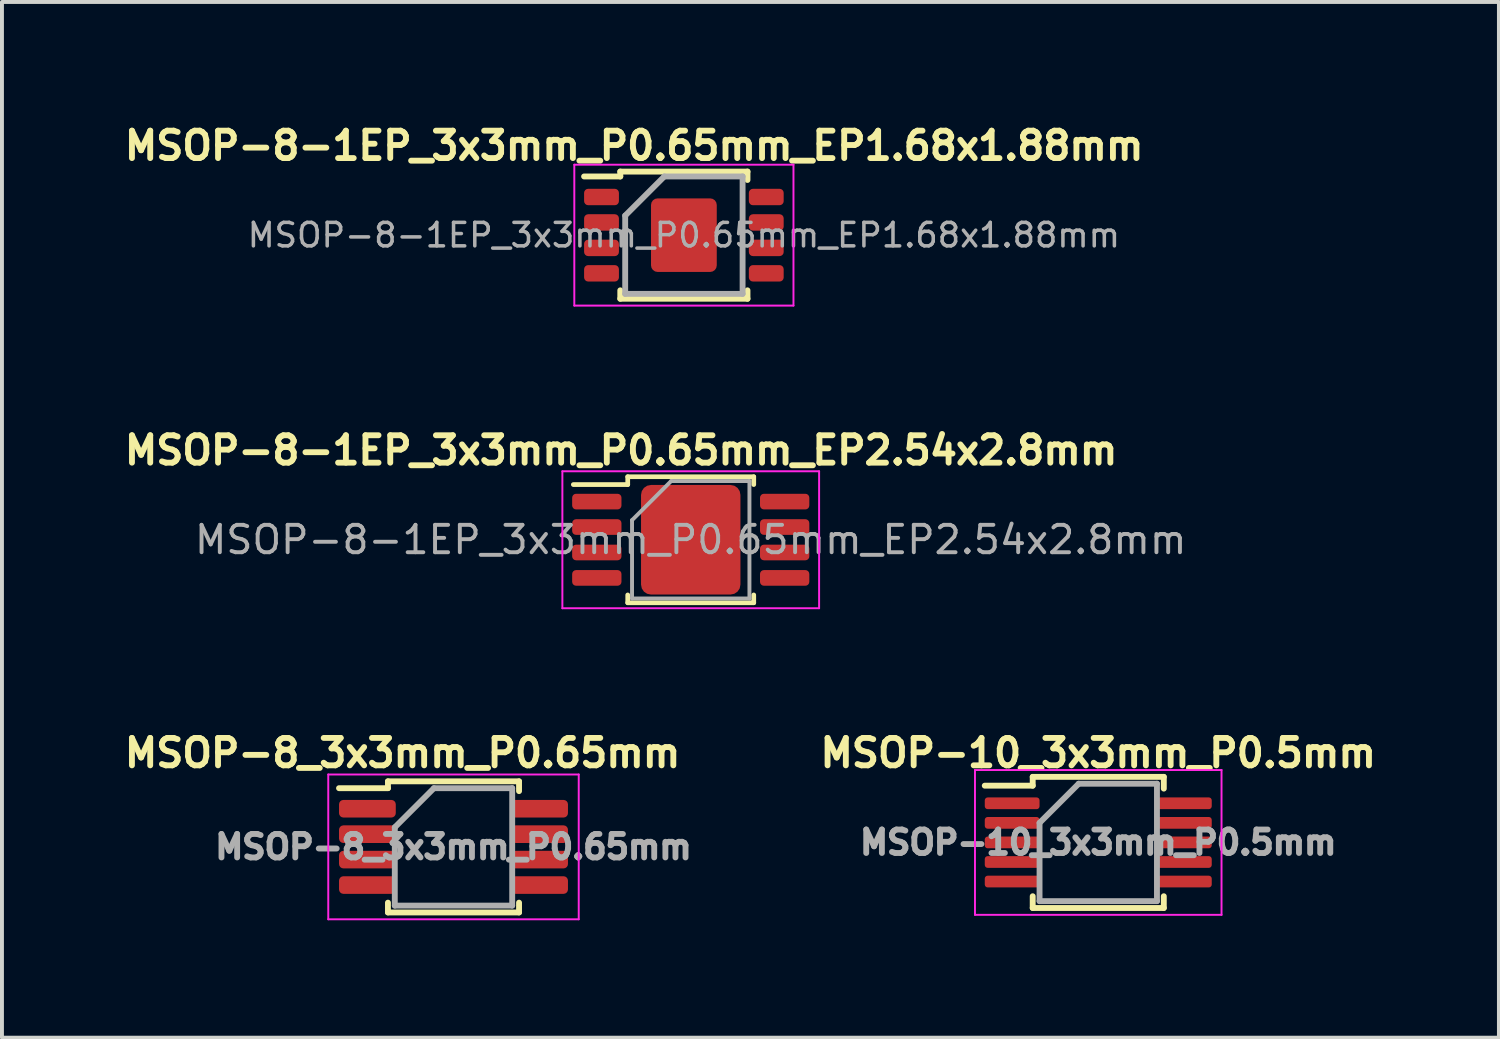
<source format=kicad_pcb>
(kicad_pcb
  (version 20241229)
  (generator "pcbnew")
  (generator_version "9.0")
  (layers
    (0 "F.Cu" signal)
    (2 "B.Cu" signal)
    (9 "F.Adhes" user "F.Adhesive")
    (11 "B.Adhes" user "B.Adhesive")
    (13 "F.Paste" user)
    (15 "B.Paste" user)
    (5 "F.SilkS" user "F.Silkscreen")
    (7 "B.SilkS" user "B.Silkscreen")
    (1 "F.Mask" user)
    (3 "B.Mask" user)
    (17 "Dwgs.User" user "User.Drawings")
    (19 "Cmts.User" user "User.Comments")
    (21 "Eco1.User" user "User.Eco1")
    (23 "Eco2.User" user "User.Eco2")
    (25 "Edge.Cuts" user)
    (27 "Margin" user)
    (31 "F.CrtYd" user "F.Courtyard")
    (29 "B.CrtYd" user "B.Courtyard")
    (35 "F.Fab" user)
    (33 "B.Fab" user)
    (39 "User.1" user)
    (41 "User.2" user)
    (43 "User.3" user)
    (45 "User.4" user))
  (footprint "MSOP-8_3x3mm_P0.65mm"
    (layer "F.Cu")
    (at 8.538 18.59)
    (property "Reference" "MSOP-8_3x3mm_P0.65mm" (at -1.3 -2.4 0) (layer "F.SilkS") (effects (font (size 0.7 0.7) (thickness 0.15))))
    (attr smd)
    (fp_line (start -1.675 -1.675) (end -1.675 -1.5) (stroke (width 0.15) (type solid)) (layer "F.SilkS"))
    (fp_line (start -1.675 -1.675) (end 1.675 -1.675) (stroke (width 0.15) (type solid)) (layer "F.SilkS"))
    (fp_line (start -1.675 -1.5) (end -2.925 -1.5) (stroke (width 0.15) (type solid)) (layer "F.SilkS"))
    (fp_line (start -1.675 1.675) (end -1.675 1.425) (stroke (width 0.15) (type solid)) (layer "F.SilkS"))
    (fp_line (start -1.675 1.675) (end 1.675 1.675) (stroke (width 0.15) (type solid)) (layer "F.SilkS"))
    (fp_line (start 1.675 -1.675) (end 1.675 -1.425) (stroke (width 0.15) (type solid)) (layer "F.SilkS"))
    (fp_line (start 1.675 1.675) (end 1.675 1.425) (stroke (width 0.15) (type solid)) (layer "F.SilkS"))
    (fp_line (start -3.2 -1.85) (end -3.2 1.85) (stroke (width 0.05) (type solid)) (layer "F.CrtYd"))
    (fp_line (start -3.2 -1.85) (end 3.2 -1.85) (stroke (width 0.05) (type solid)) (layer "F.CrtYd"))
    (fp_line (start -3.2 1.85) (end 3.2 1.85) (stroke (width 0.05) (type solid)) (layer "F.CrtYd"))
    (fp_line (start 3.2 -1.85) (end 3.2 1.85) (stroke (width 0.05) (type solid)) (layer "F.CrtYd"))
    (fp_line (start -1.5 -0.5) (end -0.5 -1.5) (stroke (width 0.15) (type solid)) (layer "F.Fab"))
    (fp_line (start -1.5 1.5) (end -1.5 -0.5) (stroke (width 0.15) (type solid)) (layer "F.Fab"))
    (fp_line (start -0.5 -1.5) (end 1.5 -1.5) (stroke (width 0.15) (type solid)) (layer "F.Fab"))
    (fp_line (start 1.5 -1.5) (end 1.5 1.5) (stroke (width 0.15) (type solid)) (layer "F.Fab"))
    (fp_line (start 1.5 1.5) (end -1.5 1.5) (stroke (width 0.15) (type solid)) (layer "F.Fab"))
    (fp_text user "${REFERENCE}" (at 0 0 0) (layer "F.Fab") (effects (font (size 0.6 0.6) (thickness 0.15))))
    (pad "1" smd roundrect (at -2.2 -0.975) (size 1.45 0.45) (layers "F.Cu" "F.Mask" "F.Paste") (roundrect_rratio 0.25))
    (pad "2" smd roundrect (at -2.2 -0.325) (size 1.45 0.45) (layers "F.Cu" "F.Mask" "F.Paste") (roundrect_rratio 0.25))
    (pad "3" smd roundrect (at -2.2 0.325) (size 1.45 0.45) (layers "F.Cu" "F.Mask" "F.Paste") (roundrect_rratio 0.25))
    (pad "4" smd roundrect (at -2.2 0.975) (size 1.45 0.45) (layers "F.Cu" "F.Mask" "F.Paste") (roundrect_rratio 0.25))
    (pad "5" smd roundrect (at 2.2 0.975) (size 1.45 0.45) (layers "F.Cu" "F.Mask" "F.Paste") (roundrect_rratio 0.25))
    (pad "6" smd roundrect (at 2.2 0.325) (size 1.45 0.45) (layers "F.Cu" "F.Mask" "F.Paste") (roundrect_rratio 0.25))
    (pad "7" smd roundrect (at 2.2 -0.325) (size 1.45 0.45) (layers "F.Cu" "F.Mask" "F.Paste") (roundrect_rratio 0.25))
    (pad "8" smd roundrect (at 2.2 -0.975) (size 1.45 0.45) (layers "F.Cu" "F.Mask" "F.Paste") (roundrect_rratio 0.25)))
  (footprint "MSOP-10_3x3mm_P0.5mm"
    (layer "F.Cu")
    (at 25.013 18.476)
    (property "Reference" "MSOP-10_3x3mm_P0.5mm" (at 0 -2.286 0) (layer "F.SilkS") (effects (font (size 0.7 0.7) (thickness 0.15))))
    (attr smd)
    (fp_line (start -1.675 -1.675) (end -1.675 -1.45) (stroke (width 0.15) (type solid)) (layer "F.SilkS"))
    (fp_line (start -1.675 -1.675) (end 1.675 -1.675) (stroke (width 0.15) (type solid)) (layer "F.SilkS"))
    (fp_line (start -1.675 -1.45) (end -2.9 -1.45) (stroke (width 0.15) (type solid)) (layer "F.SilkS"))
    (fp_line (start -1.675 1.675) (end -1.675 1.375) (stroke (width 0.15) (type solid)) (layer "F.SilkS"))
    (fp_line (start -1.675 1.675) (end 1.675 1.675) (stroke (width 0.15) (type solid)) (layer "F.SilkS"))
    (fp_line (start 1.675 -1.675) (end 1.675 -1.375) (stroke (width 0.15) (type solid)) (layer "F.SilkS"))
    (fp_line (start 1.675 1.675) (end 1.675 1.375) (stroke (width 0.15) (type solid)) (layer "F.SilkS"))
    (fp_line (start -3.15 -1.85) (end -3.15 1.85) (stroke (width 0.05) (type solid)) (layer "F.CrtYd"))
    (fp_line (start -3.15 -1.85) (end 3.15 -1.85) (stroke (width 0.05) (type solid)) (layer "F.CrtYd"))
    (fp_line (start -3.15 1.85) (end 3.15 1.85) (stroke (width 0.05) (type solid)) (layer "F.CrtYd"))
    (fp_line (start 3.15 -1.85) (end 3.15 1.85) (stroke (width 0.05) (type solid)) (layer "F.CrtYd"))
    (fp_line (start -1.5 -0.5) (end -0.5 -1.5) (stroke (width 0.15) (type solid)) (layer "F.Fab"))
    (fp_line (start -1.5 1.5) (end -1.5 -0.5) (stroke (width 0.15) (type solid)) (layer "F.Fab"))
    (fp_line (start -0.5 -1.5) (end 1.5 -1.5) (stroke (width 0.15) (type solid)) (layer "F.Fab"))
    (fp_line (start 1.5 -1.5) (end 1.5 1.5) (stroke (width 0.15) (type solid)) (layer "F.Fab"))
    (fp_line (start 1.5 1.5) (end -1.5 1.5) (stroke (width 0.15) (type solid)) (layer "F.Fab"))
    (fp_text user "${REFERENCE}" (at 0 0 0) (layer "F.Fab") (effects (font (size 0.6 0.6) (thickness 0.15))))
    (pad "1" smd roundrect (at -2.2 -1) (size 1.4 0.3) (layers "F.Cu" "F.Mask" "F.Paste") (roundrect_rratio 0.25))
    (pad "2" smd roundrect (at -2.2 -0.5) (size 1.4 0.3) (layers "F.Cu" "F.Mask" "F.Paste") (roundrect_rratio 0.25))
    (pad "3" smd roundrect (at -2.2 0) (size 1.4 0.3) (layers "F.Cu" "F.Mask" "F.Paste") (roundrect_rratio 0.25))
    (pad "4" smd roundrect (at -2.2 0.5) (size 1.4 0.3) (layers "F.Cu" "F.Mask" "F.Paste") (roundrect_rratio 0.25))
    (pad "5" smd roundrect (at -2.2 1) (size 1.4 0.3) (layers "F.Cu" "F.Mask" "F.Paste") (roundrect_rratio 0.25))
    (pad "6" smd roundrect (at 2.2 1) (size 1.4 0.3) (layers "F.Cu" "F.Mask" "F.Paste") (roundrect_rratio 0.25))
    (pad "7" smd roundrect (at 2.2 0.5) (size 1.4 0.3) (layers "F.Cu" "F.Mask" "F.Paste") (roundrect_rratio 0.25))
    (pad "8" smd roundrect (at 2.2 0) (size 1.4 0.3) (layers "F.Cu" "F.Mask" "F.Paste") (roundrect_rratio 0.25))
    (pad "9" smd roundrect (at 2.2 -0.5) (size 1.4 0.3) (layers "F.Cu" "F.Mask" "F.Paste") (roundrect_rratio 0.25))
    (pad "10" smd roundrect (at 2.2 -1) (size 1.4 0.3) (layers "F.Cu" "F.Mask" "F.Paste") (roundrect_rratio 0.25)))
  (footprint "MSOP-8-1EP_3x3mm_P0.65mm_EP2.54x2.8mm"
    (layer "F.Cu")
    (at 14.6 10.742)
    (property "Reference" "MSOP-8-1EP_3x3mm_P0.65mm_EP2.54x2.8mm" (at -1.778 -2.286 0) (layer "F.SilkS") (effects (font (size 0.7 0.7) (thickness 0.15))))
    (attr smd)
    (fp_line (start -1.61 -1.61) (end -1.61 -1.41) (stroke (width 0.12) (type solid)) (layer "F.SilkS"))
    (fp_line (start -1.61 -1.61) (end 1.61 -1.61) (stroke (width 0.12) (type solid)) (layer "F.SilkS"))
    (fp_line (start -1.61 -1.41) (end -3 -1.41) (stroke (width 0.12) (type solid)) (layer "F.SilkS"))
    (fp_line (start -1.61 1.61) (end -1.61 1.41) (stroke (width 0.12) (type solid)) (layer "F.SilkS"))
    (fp_line (start -1.61 1.61) (end 1.61 1.61) (stroke (width 0.12) (type solid)) (layer "F.SilkS"))
    (fp_line (start 1.61 -1.61) (end 1.61 -1.41) (stroke (width 0.12) (type solid)) (layer "F.SilkS"))
    (fp_line (start 1.61 1.61) (end 1.61 1.41) (stroke (width 0.12) (type solid)) (layer "F.SilkS"))
    (fp_line (start -3.28 -1.75) (end -3.28 1.75) (stroke (width 0.05) (type solid)) (layer "F.CrtYd"))
    (fp_line (start -3.28 -1.75) (end 3.28 -1.75) (stroke (width 0.05) (type solid)) (layer "F.CrtYd"))
    (fp_line (start -3.28 1.75) (end 3.28 1.75) (stroke (width 0.05) (type solid)) (layer "F.CrtYd"))
    (fp_line (start 3.28 -1.75) (end 3.28 1.75) (stroke (width 0.05) (type solid)) (layer "F.CrtYd"))
    (fp_line (start -1.5 -0.5) (end -0.5 -1.5) (stroke (width 0.1) (type solid)) (layer "F.Fab"))
    (fp_line (start -1.5 1.5) (end -1.5 -0.5) (stroke (width 0.1) (type solid)) (layer "F.Fab"))
    (fp_line (start -0.5 -1.5) (end 1.5 -1.5) (stroke (width 0.1) (type solid)) (layer "F.Fab"))
    (fp_line (start 1.5 -1.5) (end 1.5 1.5) (stroke (width 0.1) (type solid)) (layer "F.Fab"))
    (fp_line (start 1.5 1.5) (end -1.5 1.5) (stroke (width 0.1) (type solid)) (layer "F.Fab"))
    (fp_text user "${REFERENCE}" (at 0 0 0) (layer "F.Fab") (effects (font (size 0.7 0.7) (thickness 0.1))))
    (pad "" smd roundrect (at 0 -1.025) (size 2.4 0.65) (layers "F.Paste") (roundrect_rratio 0.25))
    (pad "" smd roundrect (at 0 0) (size 2.4 0.65) (layers "F.Paste") (roundrect_rratio 0.25))
    (pad "" smd roundrect (at 0 1.025) (size 2.4 0.65) (layers "F.Paste") (roundrect_rratio 0.25))
    (pad "1" smd roundrect (at -2.4 -0.975) (size 1.26 0.4) (layers "F.Cu" "F.Mask" "F.Paste") (roundrect_rratio 0.25))
    (pad "2" smd roundrect (at -2.4 -0.325) (size 1.26 0.4) (layers "F.Cu" "F.Mask" "F.Paste") (roundrect_rratio 0.25))
    (pad "3" smd roundrect (at -2.4 0.325) (size 1.26 0.4) (layers "F.Cu" "F.Mask" "F.Paste") (roundrect_rratio 0.25))
    (pad "4" smd roundrect (at -2.4 0.975) (size 1.26 0.4) (layers "F.Cu" "F.Mask" "F.Paste") (roundrect_rratio 0.25))
    (pad "5" smd roundrect (at 2.4 0.975) (size 1.26 0.4) (layers "F.Cu" "F.Mask" "F.Paste") (roundrect_rratio 0.25))
    (pad "6" smd roundrect (at 2.4 0.325) (size 1.26 0.4) (layers "F.Cu" "F.Mask" "F.Paste") (roundrect_rratio 0.25))
    (pad "7" smd roundrect (at 2.4 -0.325) (size 1.26 0.4) (layers "F.Cu" "F.Mask" "F.Paste") (roundrect_rratio 0.25))
    (pad "8" smd roundrect (at 2.4 -0.975) (size 1.26 0.4) (layers "F.Cu" "F.Mask" "F.Paste") (roundrect_rratio 0.25))
    (pad "9" smd roundrect (at 0 0) (size 2.54 2.8) (layers "F.Cu" "F.Mask") (roundrect_rratio 0.1)))
  (footprint "MSOP-8-1EP_3x3mm_P0.65mm_EP1.68x1.88mm"
    (layer "F.Cu")
    (at 14.425 2.959)
    (property "Reference" "MSOP-8-1EP_3x3mm_P0.65mm_EP1.68x1.88mm" (at -1.27 -2.286 0) (layer "F.SilkS") (effects (font (size 0.7 0.7) (thickness 0.15))))
    (attr smd)
    (fp_line (start -1.625 -1.625) (end -1.625 -1.5) (stroke (width 0.15) (type solid)) (layer "F.SilkS"))
    (fp_line (start -1.625 -1.625) (end 1.625 -1.625) (stroke (width 0.15) (type solid)) (layer "F.SilkS"))
    (fp_line (start -1.625 -1.5) (end -2.55 -1.5) (stroke (width 0.15) (type solid)) (layer "F.SilkS"))
    (fp_line (start -1.625 1.625) (end -1.625 1.41) (stroke (width 0.15) (type solid)) (layer "F.SilkS"))
    (fp_line (start -1.625 1.625) (end 1.625 1.625) (stroke (width 0.15) (type solid)) (layer "F.SilkS"))
    (fp_line (start 1.625 -1.625) (end 1.625 -1.41) (stroke (width 0.15) (type solid)) (layer "F.SilkS"))
    (fp_line (start 1.625 1.625) (end 1.625 1.41) (stroke (width 0.15) (type solid)) (layer "F.SilkS"))
    (fp_line (start -2.8 -1.8) (end -2.8 1.8) (stroke (width 0.05) (type solid)) (layer "F.CrtYd"))
    (fp_line (start -2.8 -1.8) (end 2.8 -1.8) (stroke (width 0.05) (type solid)) (layer "F.CrtYd"))
    (fp_line (start -2.8 1.8) (end 2.8 1.8) (stroke (width 0.05) (type solid)) (layer "F.CrtYd"))
    (fp_line (start 2.8 -1.8) (end 2.8 1.8) (stroke (width 0.05) (type solid)) (layer "F.CrtYd"))
    (fp_line (start -1.5 -0.5) (end -0.5 -1.5) (stroke (width 0.15) (type solid)) (layer "F.Fab"))
    (fp_line (start -1.5 1.5) (end -1.5 -0.5) (stroke (width 0.15) (type solid)) (layer "F.Fab"))
    (fp_line (start -0.5 -1.5) (end 1.5 -1.5) (stroke (width 0.15) (type solid)) (layer "F.Fab"))
    (fp_line (start 1.5 -1.5) (end 1.5 1.5) (stroke (width 0.15) (type solid)) (layer "F.Fab"))
    (fp_line (start 1.5 1.5) (end -1.5 1.5) (stroke (width 0.15) (type solid)) (layer "F.Fab"))
    (fp_text user "${REFERENCE}" (at 0 0 0) (layer "F.Fab") (effects (font (size 0.6 0.6) (thickness 0.09))))
    (pad "" smd roundrect (at -0.42 -0.47) (size 0.66 0.76) (layers "F.Paste") (roundrect_rratio 0.25))
    (pad "" smd roundrect (at -0.42 0.47) (size 0.66 0.76) (layers "F.Paste") (roundrect_rratio 0.25))
    (pad "" smd roundrect (at 0.42 -0.47) (size 0.66 0.76) (layers "F.Paste") (roundrect_rratio 0.25))
    (pad "" smd roundrect (at 0.42 0.47) (size 0.66 0.76) (layers "F.Paste") (roundrect_rratio 0.25))
    (pad "1" smd roundrect (at -2.105 -0.975) (size 0.89 0.42) (layers "F.Cu" "F.Mask" "F.Paste") (roundrect_rratio 0.25))
    (pad "2" smd roundrect (at -2.105 -0.325) (size 0.89 0.42) (layers "F.Cu" "F.Mask" "F.Paste") (roundrect_rratio 0.25))
    (pad "3" smd roundrect (at -2.105 0.325) (size 0.89 0.42) (layers "F.Cu" "F.Mask" "F.Paste") (roundrect_rratio 0.25))
    (pad "4" smd roundrect (at -2.105 0.975) (size 0.89 0.42) (layers "F.Cu" "F.Mask" "F.Paste") (roundrect_rratio 0.25))
    (pad "5" smd roundrect (at 2.105 0.975) (size 0.89 0.42) (layers "F.Cu" "F.Mask" "F.Paste") (roundrect_rratio 0.25))
    (pad "6" smd roundrect (at 2.105 0.325) (size 0.89 0.42) (layers "F.Cu" "F.Mask" "F.Paste") (roundrect_rratio 0.25))
    (pad "7" smd roundrect (at 2.105 -0.325) (size 0.89 0.42) (layers "F.Cu" "F.Mask" "F.Paste") (roundrect_rratio 0.25))
    (pad "8" smd roundrect (at 2.105 -0.975) (size 0.89 0.42) (layers "F.Cu" "F.Mask" "F.Paste") (roundrect_rratio 0.25))
    (pad "9" smd roundrect (at 0 0) (size 1.68 1.88) (layers "F.Cu" "F.Mask") (roundrect_rratio 0.1)))
  (gr_rect
    (start -3 -3)
    (end 35.251 23.465)
    (stroke (width 0.1) (type default))
    (fill no)
    (layer "Edge.Cuts")))
</source>
